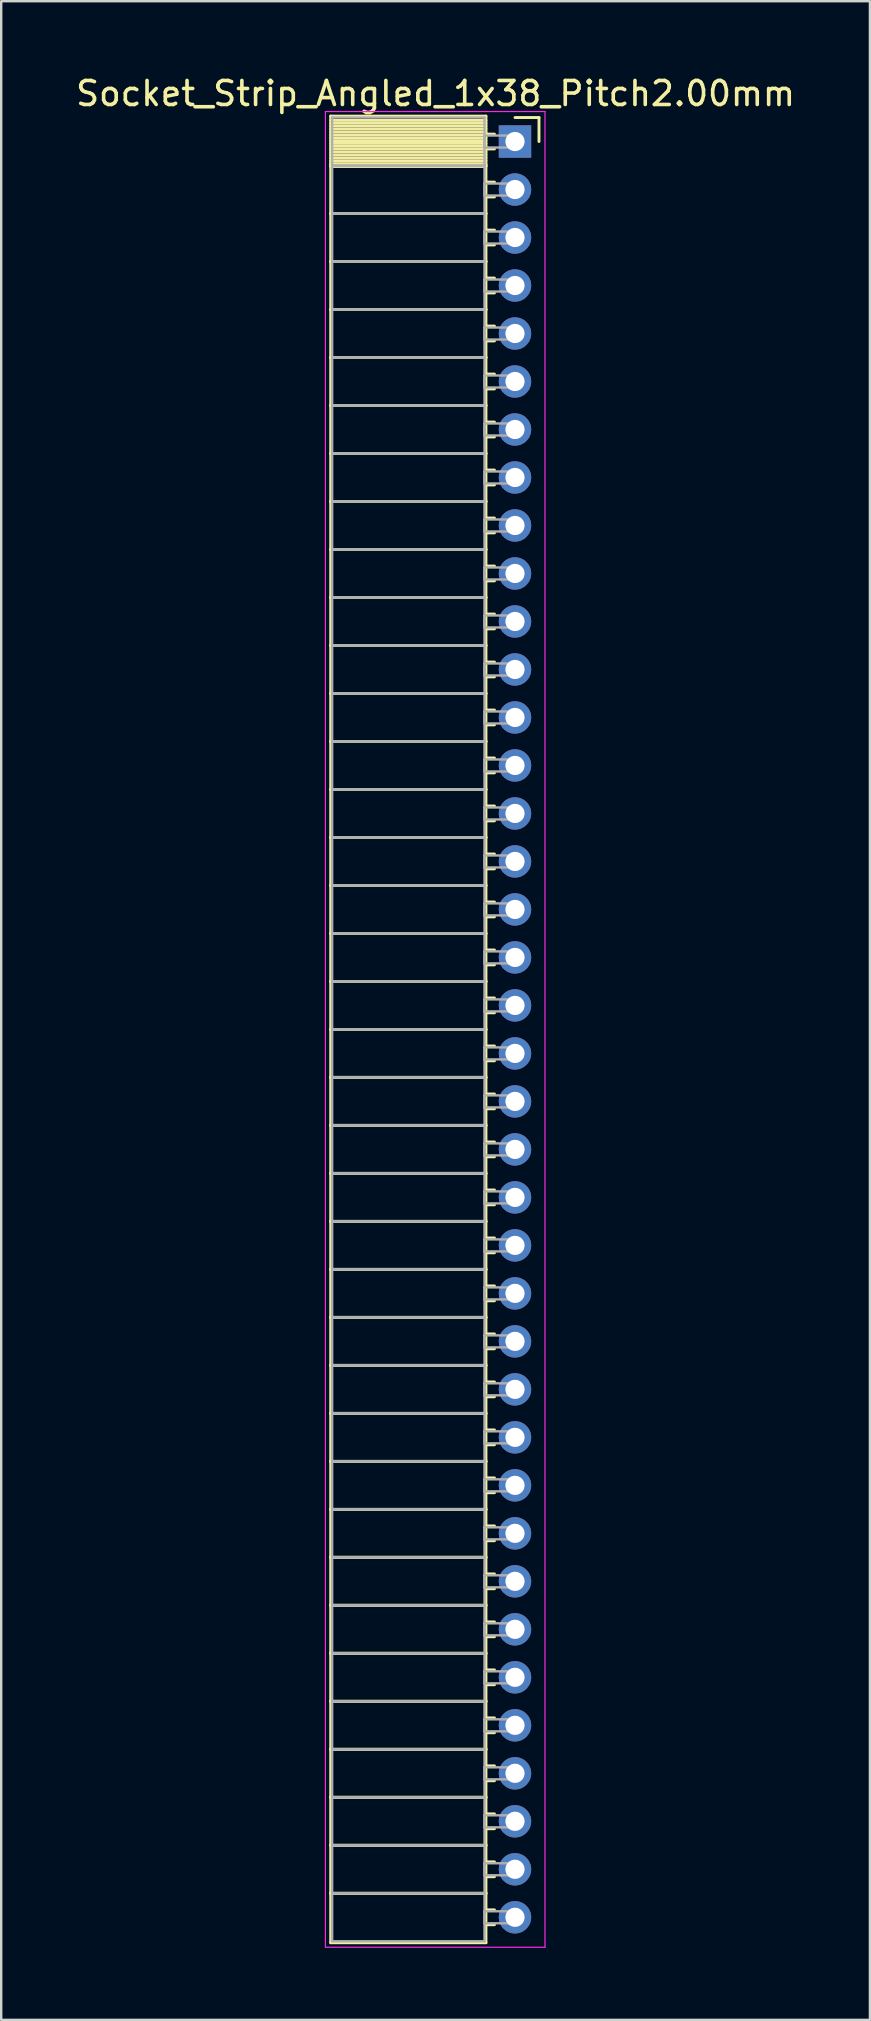
<source format=kicad_pcb>
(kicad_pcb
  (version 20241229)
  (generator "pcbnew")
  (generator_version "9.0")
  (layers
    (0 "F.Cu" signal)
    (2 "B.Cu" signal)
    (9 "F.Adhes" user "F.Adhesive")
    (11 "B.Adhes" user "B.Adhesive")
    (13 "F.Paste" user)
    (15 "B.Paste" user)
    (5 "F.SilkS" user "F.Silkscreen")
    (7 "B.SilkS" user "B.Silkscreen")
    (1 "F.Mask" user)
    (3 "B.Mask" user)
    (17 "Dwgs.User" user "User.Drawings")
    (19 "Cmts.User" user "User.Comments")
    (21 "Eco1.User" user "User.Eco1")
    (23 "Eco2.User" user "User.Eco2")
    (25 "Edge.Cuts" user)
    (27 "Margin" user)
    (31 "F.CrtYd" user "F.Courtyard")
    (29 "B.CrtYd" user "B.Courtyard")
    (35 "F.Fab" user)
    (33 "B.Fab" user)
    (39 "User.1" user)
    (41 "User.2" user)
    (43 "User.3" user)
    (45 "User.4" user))
  (footprint "Socket_Strip_Angled_1x38_Pitch2.00mm"
    (layer "F.Cu")
    (at 18.411 2.848)
    (property "Reference" "Socket_Strip_Angled_1x38_Pitch2.00mm" (at -3.31 -2 0) (layer "F.SilkS") (effects (font (size 1 1) (thickness 0.15))))
    (attr through_hole)
    (fp_line (start -7.68 -1.06) (end -1.21 -1.06) (stroke (width 0.12) (type solid)) (layer "F.SilkS"))
    (fp_line (start -7.68 1) (end -7.68 -1.06) (stroke (width 0.12) (type solid)) (layer "F.SilkS"))
    (fp_line (start -7.68 1) (end -1.21 1) (stroke (width 0.12) (type solid)) (layer "F.SilkS"))
    (fp_line (start -7.68 3) (end -7.68 1) (stroke (width 0.12) (type solid)) (layer "F.SilkS"))
    (fp_line (start -7.68 3) (end -1.21 3) (stroke (width 0.12) (type solid)) (layer "F.SilkS"))
    (fp_line (start -7.68 5) (end -7.68 3) (stroke (width 0.12) (type solid)) (layer "F.SilkS"))
    (fp_line (start -7.68 5) (end -1.21 5) (stroke (width 0.12) (type solid)) (layer "F.SilkS"))
    (fp_line (start -7.68 7) (end -7.68 5) (stroke (width 0.12) (type solid)) (layer "F.SilkS"))
    (fp_line (start -7.68 7) (end -1.21 7) (stroke (width 0.12) (type solid)) (layer "F.SilkS"))
    (fp_line (start -7.68 9) (end -7.68 7) (stroke (width 0.12) (type solid)) (layer "F.SilkS"))
    (fp_line (start -7.68 9) (end -1.21 9) (stroke (width 0.12) (type solid)) (layer "F.SilkS"))
    (fp_line (start -7.68 11) (end -7.68 9) (stroke (width 0.12) (type solid)) (layer "F.SilkS"))
    (fp_line (start -7.68 11) (end -1.21 11) (stroke (width 0.12) (type solid)) (layer "F.SilkS"))
    (fp_line (start -7.68 13) (end -7.68 11) (stroke (width 0.12) (type solid)) (layer "F.SilkS"))
    (fp_line (start -7.68 13) (end -1.21 13) (stroke (width 0.12) (type solid)) (layer "F.SilkS"))
    (fp_line (start -7.68 15) (end -7.68 13) (stroke (width 0.12) (type solid)) (layer "F.SilkS"))
    (fp_line (start -7.68 15) (end -1.21 15) (stroke (width 0.12) (type solid)) (layer "F.SilkS"))
    (fp_line (start -7.68 17) (end -7.68 15) (stroke (width 0.12) (type solid)) (layer "F.SilkS"))
    (fp_line (start -7.68 17) (end -1.21 17) (stroke (width 0.12) (type solid)) (layer "F.SilkS"))
    (fp_line (start -7.68 19) (end -7.68 17) (stroke (width 0.12) (type solid)) (layer "F.SilkS"))
    (fp_line (start -7.68 19) (end -1.21 19) (stroke (width 0.12) (type solid)) (layer "F.SilkS"))
    (fp_line (start -7.68 21) (end -7.68 19) (stroke (width 0.12) (type solid)) (layer "F.SilkS"))
    (fp_line (start -7.68 21) (end -1.21 21) (stroke (width 0.12) (type solid)) (layer "F.SilkS"))
    (fp_line (start -7.68 23) (end -7.68 21) (stroke (width 0.12) (type solid)) (layer "F.SilkS"))
    (fp_line (start -7.68 23) (end -1.21 23) (stroke (width 0.12) (type solid)) (layer "F.SilkS"))
    (fp_line (start -7.68 25) (end -7.68 23) (stroke (width 0.12) (type solid)) (layer "F.SilkS"))
    (fp_line (start -7.68 25) (end -1.21 25) (stroke (width 0.12) (type solid)) (layer "F.SilkS"))
    (fp_line (start -7.68 27) (end -7.68 25) (stroke (width 0.12) (type solid)) (layer "F.SilkS"))
    (fp_line (start -7.68 27) (end -1.21 27) (stroke (width 0.12) (type solid)) (layer "F.SilkS"))
    (fp_line (start -7.68 29) (end -7.68 27) (stroke (width 0.12) (type solid)) (layer "F.SilkS"))
    (fp_line (start -7.68 29) (end -1.21 29) (stroke (width 0.12) (type solid)) (layer "F.SilkS"))
    (fp_line (start -7.68 31) (end -7.68 29) (stroke (width 0.12) (type solid)) (layer "F.SilkS"))
    (fp_line (start -7.68 31) (end -1.21 31) (stroke (width 0.12) (type solid)) (layer "F.SilkS"))
    (fp_line (start -7.68 33) (end -7.68 31) (stroke (width 0.12) (type solid)) (layer "F.SilkS"))
    (fp_line (start -7.68 33) (end -1.21 33) (stroke (width 0.12) (type solid)) (layer "F.SilkS"))
    (fp_line (start -7.68 35) (end -7.68 33) (stroke (width 0.12) (type solid)) (layer "F.SilkS"))
    (fp_line (start -7.68 35) (end -1.21 35) (stroke (width 0.12) (type solid)) (layer "F.SilkS"))
    (fp_line (start -7.68 37) (end -7.68 35) (stroke (width 0.12) (type solid)) (layer "F.SilkS"))
    (fp_line (start -7.68 37) (end -1.21 37) (stroke (width 0.12) (type solid)) (layer "F.SilkS"))
    (fp_line (start -7.68 39) (end -7.68 37) (stroke (width 0.12) (type solid)) (layer "F.SilkS"))
    (fp_line (start -7.68 39) (end -1.21 39) (stroke (width 0.12) (type solid)) (layer "F.SilkS"))
    (fp_line (start -7.68 41) (end -7.68 39) (stroke (width 0.12) (type solid)) (layer "F.SilkS"))
    (fp_line (start -7.68 41) (end -1.21 41) (stroke (width 0.12) (type solid)) (layer "F.SilkS"))
    (fp_line (start -7.68 43) (end -7.68 41) (stroke (width 0.12) (type solid)) (layer "F.SilkS"))
    (fp_line (start -7.68 43) (end -1.21 43) (stroke (width 0.12) (type solid)) (layer "F.SilkS"))
    (fp_line (start -7.68 45) (end -7.68 43) (stroke (width 0.12) (type solid)) (layer "F.SilkS"))
    (fp_line (start -7.68 45) (end -1.21 45) (stroke (width 0.12) (type solid)) (layer "F.SilkS"))
    (fp_line (start -7.68 47) (end -7.68 45) (stroke (width 0.12) (type solid)) (layer "F.SilkS"))
    (fp_line (start -7.68 47) (end -1.21 47) (stroke (width 0.12) (type solid)) (layer "F.SilkS"))
    (fp_line (start -7.68 49) (end -7.68 47) (stroke (width 0.12) (type solid)) (layer "F.SilkS"))
    (fp_line (start -7.68 49) (end -1.21 49) (stroke (width 0.12) (type solid)) (layer "F.SilkS"))
    (fp_line (start -7.68 51) (end -7.68 49) (stroke (width 0.12) (type solid)) (layer "F.SilkS"))
    (fp_line (start -7.68 51) (end -1.21 51) (stroke (width 0.12) (type solid)) (layer "F.SilkS"))
    (fp_line (start -7.68 53) (end -7.68 51) (stroke (width 0.12) (type solid)) (layer "F.SilkS"))
    (fp_line (start -7.68 53) (end -1.21 53) (stroke (width 0.12) (type solid)) (layer "F.SilkS"))
    (fp_line (start -7.68 55) (end -7.68 53) (stroke (width 0.12) (type solid)) (layer "F.SilkS"))
    (fp_line (start -7.68 55) (end -1.21 55) (stroke (width 0.12) (type solid)) (layer "F.SilkS"))
    (fp_line (start -7.68 57) (end -7.68 55) (stroke (width 0.12) (type solid)) (layer "F.SilkS"))
    (fp_line (start -7.68 57) (end -1.21 57) (stroke (width 0.12) (type solid)) (layer "F.SilkS"))
    (fp_line (start -7.68 59) (end -7.68 57) (stroke (width 0.12) (type solid)) (layer "F.SilkS"))
    (fp_line (start -7.68 59) (end -1.21 59) (stroke (width 0.12) (type solid)) (layer "F.SilkS"))
    (fp_line (start -7.68 61) (end -7.68 59) (stroke (width 0.12) (type solid)) (layer "F.SilkS"))
    (fp_line (start -7.68 61) (end -1.21 61) (stroke (width 0.12) (type solid)) (layer "F.SilkS"))
    (fp_line (start -7.68 63) (end -7.68 61) (stroke (width 0.12) (type solid)) (layer "F.SilkS"))
    (fp_line (start -7.68 63) (end -1.21 63) (stroke (width 0.12) (type solid)) (layer "F.SilkS"))
    (fp_line (start -7.68 65) (end -7.68 63) (stroke (width 0.12) (type solid)) (layer "F.SilkS"))
    (fp_line (start -7.68 65) (end -1.21 65) (stroke (width 0.12) (type solid)) (layer "F.SilkS"))
    (fp_line (start -7.68 67) (end -7.68 65) (stroke (width 0.12) (type solid)) (layer "F.SilkS"))
    (fp_line (start -7.68 67) (end -1.21 67) (stroke (width 0.12) (type solid)) (layer "F.SilkS"))
    (fp_line (start -7.68 69) (end -7.68 67) (stroke (width 0.12) (type solid)) (layer "F.SilkS"))
    (fp_line (start -7.68 69) (end -1.21 69) (stroke (width 0.12) (type solid)) (layer "F.SilkS"))
    (fp_line (start -7.68 71) (end -7.68 69) (stroke (width 0.12) (type solid)) (layer "F.SilkS"))
    (fp_line (start -7.68 71) (end -1.21 71) (stroke (width 0.12) (type solid)) (layer "F.SilkS"))
    (fp_line (start -7.68 73) (end -7.68 71) (stroke (width 0.12) (type solid)) (layer "F.SilkS"))
    (fp_line (start -7.68 73) (end -1.21 73) (stroke (width 0.12) (type solid)) (layer "F.SilkS"))
    (fp_line (start -7.68 75.06) (end -7.68 73) (stroke (width 0.12) (type solid)) (layer "F.SilkS"))
    (fp_line (start -1.21 -1.06) (end -1.21 1) (stroke (width 0.12) (type solid)) (layer "F.SilkS"))
    (fp_line (start -1.21 -0.88) (end -7.68 -0.88) (stroke (width 0.12) (type solid)) (layer "F.SilkS"))
    (fp_line (start -1.21 -0.76) (end -7.68 -0.76) (stroke (width 0.12) (type solid)) (layer "F.SilkS"))
    (fp_line (start -1.21 -0.64) (end -7.68 -0.64) (stroke (width 0.12) (type solid)) (layer "F.SilkS"))
    (fp_line (start -1.21 -0.52) (end -7.68 -0.52) (stroke (width 0.12) (type solid)) (layer "F.SilkS"))
    (fp_line (start -1.21 -0.4) (end -7.68 -0.4) (stroke (width 0.12) (type solid)) (layer "F.SilkS"))
    (fp_line (start -1.21 -0.28) (end -7.68 -0.28) (stroke (width 0.12) (type solid)) (layer "F.SilkS"))
    (fp_line (start -1.21 -0.16) (end -7.68 -0.16) (stroke (width 0.12) (type solid)) (layer "F.SilkS"))
    (fp_line (start -1.21 -0.04) (end -7.68 -0.04) (stroke (width 0.12) (type solid)) (layer "F.SilkS"))
    (fp_line (start -1.21 0.08) (end -7.68 0.08) (stroke (width 0.12) (type solid)) (layer "F.SilkS"))
    (fp_line (start -1.21 0.2) (end -7.68 0.2) (stroke (width 0.12) (type solid)) (layer "F.SilkS"))
    (fp_line (start -1.21 0.32) (end -7.68 0.32) (stroke (width 0.12) (type solid)) (layer "F.SilkS"))
    (fp_line (start -1.21 0.44) (end -7.68 0.44) (stroke (width 0.12) (type solid)) (layer "F.SilkS"))
    (fp_line (start -1.21 0.56) (end -7.68 0.56) (stroke (width 0.12) (type solid)) (layer "F.SilkS"))
    (fp_line (start -1.21 0.68) (end -7.68 0.68) (stroke (width 0.12) (type solid)) (layer "F.SilkS"))
    (fp_line (start -1.21 0.8) (end -7.68 0.8) (stroke (width 0.12) (type solid)) (layer "F.SilkS"))
    (fp_line (start -1.21 0.92) (end -7.68 0.92) (stroke (width 0.12) (type solid)) (layer "F.SilkS"))
    (fp_line (start -1.21 1) (end -7.68 1) (stroke (width 0.12) (type solid)) (layer "F.SilkS"))
    (fp_line (start -1.21 1) (end -1.21 3) (stroke (width 0.12) (type solid)) (layer "F.SilkS"))
    (fp_line (start -1.21 1.04) (end -7.68 1.04) (stroke (width 0.12) (type solid)) (layer "F.SilkS"))
    (fp_line (start -1.21 3) (end -7.68 3) (stroke (width 0.12) (type solid)) (layer "F.SilkS"))
    (fp_line (start -1.21 3) (end -1.21 5) (stroke (width 0.12) (type solid)) (layer "F.SilkS"))
    (fp_line (start -1.21 5) (end -7.68 5) (stroke (width 0.12) (type solid)) (layer "F.SilkS"))
    (fp_line (start -1.21 5) (end -1.21 7) (stroke (width 0.12) (type solid)) (layer "F.SilkS"))
    (fp_line (start -1.21 7) (end -7.68 7) (stroke (width 0.12) (type solid)) (layer "F.SilkS"))
    (fp_line (start -1.21 7) (end -1.21 9) (stroke (width 0.12) (type solid)) (layer "F.SilkS"))
    (fp_line (start -1.21 9) (end -7.68 9) (stroke (width 0.12) (type solid)) (layer "F.SilkS"))
    (fp_line (start -1.21 9) (end -1.21 11) (stroke (width 0.12) (type solid)) (layer "F.SilkS"))
    (fp_line (start -1.21 11) (end -7.68 11) (stroke (width 0.12) (type solid)) (layer "F.SilkS"))
    (fp_line (start -1.21 11) (end -1.21 13) (stroke (width 0.12) (type solid)) (layer "F.SilkS"))
    (fp_line (start -1.21 13) (end -7.68 13) (stroke (width 0.12) (type solid)) (layer "F.SilkS"))
    (fp_line (start -1.21 13) (end -1.21 15) (stroke (width 0.12) (type solid)) (layer "F.SilkS"))
    (fp_line (start -1.21 15) (end -7.68 15) (stroke (width 0.12) (type solid)) (layer "F.SilkS"))
    (fp_line (start -1.21 15) (end -1.21 17) (stroke (width 0.12) (type solid)) (layer "F.SilkS"))
    (fp_line (start -1.21 17) (end -7.68 17) (stroke (width 0.12) (type solid)) (layer "F.SilkS"))
    (fp_line (start -1.21 17) (end -1.21 19) (stroke (width 0.12) (type solid)) (layer "F.SilkS"))
    (fp_line (start -1.21 19) (end -7.68 19) (stroke (width 0.12) (type solid)) (layer "F.SilkS"))
    (fp_line (start -1.21 19) (end -1.21 21) (stroke (width 0.12) (type solid)) (layer "F.SilkS"))
    (fp_line (start -1.21 21) (end -7.68 21) (stroke (width 0.12) (type solid)) (layer "F.SilkS"))
    (fp_line (start -1.21 21) (end -1.21 23) (stroke (width 0.12) (type solid)) (layer "F.SilkS"))
    (fp_line (start -1.21 23) (end -7.68 23) (stroke (width 0.12) (type solid)) (layer "F.SilkS"))
    (fp_line (start -1.21 23) (end -1.21 25) (stroke (width 0.12) (type solid)) (layer "F.SilkS"))
    (fp_line (start -1.21 25) (end -7.68 25) (stroke (width 0.12) (type solid)) (layer "F.SilkS"))
    (fp_line (start -1.21 25) (end -1.21 27) (stroke (width 0.12) (type solid)) (layer "F.SilkS"))
    (fp_line (start -1.21 27) (end -7.68 27) (stroke (width 0.12) (type solid)) (layer "F.SilkS"))
    (fp_line (start -1.21 27) (end -1.21 29) (stroke (width 0.12) (type solid)) (layer "F.SilkS"))
    (fp_line (start -1.21 29) (end -7.68 29) (stroke (width 0.12) (type solid)) (layer "F.SilkS"))
    (fp_line (start -1.21 29) (end -1.21 31) (stroke (width 0.12) (type solid)) (layer "F.SilkS"))
    (fp_line (start -1.21 31) (end -7.68 31) (stroke (width 0.12) (type solid)) (layer "F.SilkS"))
    (fp_line (start -1.21 31) (end -1.21 33) (stroke (width 0.12) (type solid)) (layer "F.SilkS"))
    (fp_line (start -1.21 33) (end -7.68 33) (stroke (width 0.12) (type solid)) (layer "F.SilkS"))
    (fp_line (start -1.21 33) (end -1.21 35) (stroke (width 0.12) (type solid)) (layer "F.SilkS"))
    (fp_line (start -1.21 35) (end -7.68 35) (stroke (width 0.12) (type solid)) (layer "F.SilkS"))
    (fp_line (start -1.21 35) (end -1.21 37) (stroke (width 0.12) (type solid)) (layer "F.SilkS"))
    (fp_line (start -1.21 37) (end -7.68 37) (stroke (width 0.12) (type solid)) (layer "F.SilkS"))
    (fp_line (start -1.21 37) (end -1.21 39) (stroke (width 0.12) (type solid)) (layer "F.SilkS"))
    (fp_line (start -1.21 39) (end -7.68 39) (stroke (width 0.12) (type solid)) (layer "F.SilkS"))
    (fp_line (start -1.21 39) (end -1.21 41) (stroke (width 0.12) (type solid)) (layer "F.SilkS"))
    (fp_line (start -1.21 41) (end -7.68 41) (stroke (width 0.12) (type solid)) (layer "F.SilkS"))
    (fp_line (start -1.21 41) (end -1.21 43) (stroke (width 0.12) (type solid)) (layer "F.SilkS"))
    (fp_line (start -1.21 43) (end -7.68 43) (stroke (width 0.12) (type solid)) (layer "F.SilkS"))
    (fp_line (start -1.21 43) (end -1.21 45) (stroke (width 0.12) (type solid)) (layer "F.SilkS"))
    (fp_line (start -1.21 45) (end -7.68 45) (stroke (width 0.12) (type solid)) (layer "F.SilkS"))
    (fp_line (start -1.21 45) (end -1.21 47) (stroke (width 0.12) (type solid)) (layer "F.SilkS"))
    (fp_line (start -1.21 47) (end -7.68 47) (stroke (width 0.12) (type solid)) (layer "F.SilkS"))
    (fp_line (start -1.21 47) (end -1.21 49) (stroke (width 0.12) (type solid)) (layer "F.SilkS"))
    (fp_line (start -1.21 49) (end -7.68 49) (stroke (width 0.12) (type solid)) (layer "F.SilkS"))
    (fp_line (start -1.21 49) (end -1.21 51) (stroke (width 0.12) (type solid)) (layer "F.SilkS"))
    (fp_line (start -1.21 51) (end -7.68 51) (stroke (width 0.12) (type solid)) (layer "F.SilkS"))
    (fp_line (start -1.21 51) (end -1.21 53) (stroke (width 0.12) (type solid)) (layer "F.SilkS"))
    (fp_line (start -1.21 53) (end -7.68 53) (stroke (width 0.12) (type solid)) (layer "F.SilkS"))
    (fp_line (start -1.21 53) (end -1.21 55) (stroke (width 0.12) (type solid)) (layer "F.SilkS"))
    (fp_line (start -1.21 55) (end -7.68 55) (stroke (width 0.12) (type solid)) (layer "F.SilkS"))
    (fp_line (start -1.21 55) (end -1.21 57) (stroke (width 0.12) (type solid)) (layer "F.SilkS"))
    (fp_line (start -1.21 57) (end -7.68 57) (stroke (width 0.12) (type solid)) (layer "F.SilkS"))
    (fp_line (start -1.21 57) (end -1.21 59) (stroke (width 0.12) (type solid)) (layer "F.SilkS"))
    (fp_line (start -1.21 59) (end -7.68 59) (stroke (width 0.12) (type solid)) (layer "F.SilkS"))
    (fp_line (start -1.21 59) (end -1.21 61) (stroke (width 0.12) (type solid)) (layer "F.SilkS"))
    (fp_line (start -1.21 61) (end -7.68 61) (stroke (width 0.12) (type solid)) (layer "F.SilkS"))
    (fp_line (start -1.21 61) (end -1.21 63) (stroke (width 0.12) (type solid)) (layer "F.SilkS"))
    (fp_line (start -1.21 63) (end -7.68 63) (stroke (width 0.12) (type solid)) (layer "F.SilkS"))
    (fp_line (start -1.21 63) (end -1.21 65) (stroke (width 0.12) (type solid)) (layer "F.SilkS"))
    (fp_line (start -1.21 65) (end -7.68 65) (stroke (width 0.12) (type solid)) (layer "F.SilkS"))
    (fp_line (start -1.21 65) (end -1.21 67) (stroke (width 0.12) (type solid)) (layer "F.SilkS"))
    (fp_line (start -1.21 67) (end -7.68 67) (stroke (width 0.12) (type solid)) (layer "F.SilkS"))
    (fp_line (start -1.21 67) (end -1.21 69) (stroke (width 0.12) (type solid)) (layer "F.SilkS"))
    (fp_line (start -1.21 69) (end -7.68 69) (stroke (width 0.12) (type solid)) (layer "F.SilkS"))
    (fp_line (start -1.21 69) (end -1.21 71) (stroke (width 0.12) (type solid)) (layer "F.SilkS"))
    (fp_line (start -1.21 71) (end -7.68 71) (stroke (width 0.12) (type solid)) (layer "F.SilkS"))
    (fp_line (start -1.21 71) (end -1.21 73) (stroke (width 0.12) (type solid)) (layer "F.SilkS"))
    (fp_line (start -1.21 73) (end -7.68 73) (stroke (width 0.12) (type solid)) (layer "F.SilkS"))
    (fp_line (start -1.21 73) (end -1.21 75.06) (stroke (width 0.12) (type solid)) (layer "F.SilkS"))
    (fp_line (start -1.21 75.06) (end -7.68 75.06) (stroke (width 0.12) (type solid)) (layer "F.SilkS"))
    (fp_line (start -0.855 -0.31) (end -1.21 -0.31) (stroke (width 0.12) (type solid)) (layer "F.SilkS"))
    (fp_line (start -0.855 0.31) (end -1.21 0.31) (stroke (width 0.12) (type solid)) (layer "F.SilkS"))
    (fp_line (start -0.855 1.69) (end -1.21 1.69) (stroke (width 0.12) (type solid)) (layer "F.SilkS"))
    (fp_line (start -0.855 2.31) (end -1.21 2.31) (stroke (width 0.12) (type solid)) (layer "F.SilkS"))
    (fp_line (start -0.855 3.69) (end -1.21 3.69) (stroke (width 0.12) (type solid)) (layer "F.SilkS"))
    (fp_line (start -0.855 4.31) (end -1.21 4.31) (stroke (width 0.12) (type solid)) (layer "F.SilkS"))
    (fp_line (start -0.855 5.69) (end -1.21 5.69) (stroke (width 0.12) (type solid)) (layer "F.SilkS"))
    (fp_line (start -0.855 6.31) (end -1.21 6.31) (stroke (width 0.12) (type solid)) (layer "F.SilkS"))
    (fp_line (start -0.855 7.69) (end -1.21 7.69) (stroke (width 0.12) (type solid)) (layer "F.SilkS"))
    (fp_line (start -0.855 8.31) (end -1.21 8.31) (stroke (width 0.12) (type solid)) (layer "F.SilkS"))
    (fp_line (start -0.855 9.69) (end -1.21 9.69) (stroke (width 0.12) (type solid)) (layer "F.SilkS"))
    (fp_line (start -0.855 10.31) (end -1.21 10.31) (stroke (width 0.12) (type solid)) (layer "F.SilkS"))
    (fp_line (start -0.855 11.69) (end -1.21 11.69) (stroke (width 0.12) (type solid)) (layer "F.SilkS"))
    (fp_line (start -0.855 12.31) (end -1.21 12.31) (stroke (width 0.12) (type solid)) (layer "F.SilkS"))
    (fp_line (start -0.855 13.69) (end -1.21 13.69) (stroke (width 0.12) (type solid)) (layer "F.SilkS"))
    (fp_line (start -0.855 14.31) (end -1.21 14.31) (stroke (width 0.12) (type solid)) (layer "F.SilkS"))
    (fp_line (start -0.855 15.69) (end -1.21 15.69) (stroke (width 0.12) (type solid)) (layer "F.SilkS"))
    (fp_line (start -0.855 16.31) (end -1.21 16.31) (stroke (width 0.12) (type solid)) (layer "F.SilkS"))
    (fp_line (start -0.855 17.69) (end -1.21 17.69) (stroke (width 0.12) (type solid)) (layer "F.SilkS"))
    (fp_line (start -0.855 18.31) (end -1.21 18.31) (stroke (width 0.12) (type solid)) (layer "F.SilkS"))
    (fp_line (start -0.855 19.69) (end -1.21 19.69) (stroke (width 0.12) (type solid)) (layer "F.SilkS"))
    (fp_line (start -0.855 20.31) (end -1.21 20.31) (stroke (width 0.12) (type solid)) (layer "F.SilkS"))
    (fp_line (start -0.855 21.69) (end -1.21 21.69) (stroke (width 0.12) (type solid)) (layer "F.SilkS"))
    (fp_line (start -0.855 22.31) (end -1.21 22.31) (stroke (width 0.12) (type solid)) (layer "F.SilkS"))
    (fp_line (start -0.855 23.69) (end -1.21 23.69) (stroke (width 0.12) (type solid)) (layer "F.SilkS"))
    (fp_line (start -0.855 24.31) (end -1.21 24.31) (stroke (width 0.12) (type solid)) (layer "F.SilkS"))
    (fp_line (start -0.855 25.69) (end -1.21 25.69) (stroke (width 0.12) (type solid)) (layer "F.SilkS"))
    (fp_line (start -0.855 26.31) (end -1.21 26.31) (stroke (width 0.12) (type solid)) (layer "F.SilkS"))
    (fp_line (start -0.855 27.69) (end -1.21 27.69) (stroke (width 0.12) (type solid)) (layer "F.SilkS"))
    (fp_line (start -0.855 28.31) (end -1.21 28.31) (stroke (width 0.12) (type solid)) (layer "F.SilkS"))
    (fp_line (start -0.855 29.69) (end -1.21 29.69) (stroke (width 0.12) (type solid)) (layer "F.SilkS"))
    (fp_line (start -0.855 30.31) (end -1.21 30.31) (stroke (width 0.12) (type solid)) (layer "F.SilkS"))
    (fp_line (start -0.855 31.69) (end -1.21 31.69) (stroke (width 0.12) (type solid)) (layer "F.SilkS"))
    (fp_line (start -0.855 32.31) (end -1.21 32.31) (stroke (width 0.12) (type solid)) (layer "F.SilkS"))
    (fp_line (start -0.855 33.69) (end -1.21 33.69) (stroke (width 0.12) (type solid)) (layer "F.SilkS"))
    (fp_line (start -0.855 34.31) (end -1.21 34.31) (stroke (width 0.12) (type solid)) (layer "F.SilkS"))
    (fp_line (start -0.855 35.69) (end -1.21 35.69) (stroke (width 0.12) (type solid)) (layer "F.SilkS"))
    (fp_line (start -0.855 36.31) (end -1.21 36.31) (stroke (width 0.12) (type solid)) (layer "F.SilkS"))
    (fp_line (start -0.855 37.69) (end -1.21 37.69) (stroke (width 0.12) (type solid)) (layer "F.SilkS"))
    (fp_line (start -0.855 38.31) (end -1.21 38.31) (stroke (width 0.12) (type solid)) (layer "F.SilkS"))
    (fp_line (start -0.855 39.69) (end -1.21 39.69) (stroke (width 0.12) (type solid)) (layer "F.SilkS"))
    (fp_line (start -0.855 40.31) (end -1.21 40.31) (stroke (width 0.12) (type solid)) (layer "F.SilkS"))
    (fp_line (start -0.855 41.69) (end -1.21 41.69) (stroke (width 0.12) (type solid)) (layer "F.SilkS"))
    (fp_line (start -0.855 42.31) (end -1.21 42.31) (stroke (width 0.12) (type solid)) (layer "F.SilkS"))
    (fp_line (start -0.855 43.69) (end -1.21 43.69) (stroke (width 0.12) (type solid)) (layer "F.SilkS"))
    (fp_line (start -0.855 44.31) (end -1.21 44.31) (stroke (width 0.12) (type solid)) (layer "F.SilkS"))
    (fp_line (start -0.855 45.69) (end -1.21 45.69) (stroke (width 0.12) (type solid)) (layer "F.SilkS"))
    (fp_line (start -0.855 46.31) (end -1.21 46.31) (stroke (width 0.12) (type solid)) (layer "F.SilkS"))
    (fp_line (start -0.855 47.69) (end -1.21 47.69) (stroke (width 0.12) (type solid)) (layer "F.SilkS"))
    (fp_line (start -0.855 48.31) (end -1.21 48.31) (stroke (width 0.12) (type solid)) (layer "F.SilkS"))
    (fp_line (start -0.855 49.69) (end -1.21 49.69) (stroke (width 0.12) (type solid)) (layer "F.SilkS"))
    (fp_line (start -0.855 50.31) (end -1.21 50.31) (stroke (width 0.12) (type solid)) (layer "F.SilkS"))
    (fp_line (start -0.855 51.69) (end -1.21 51.69) (stroke (width 0.12) (type solid)) (layer "F.SilkS"))
    (fp_line (start -0.855 52.31) (end -1.21 52.31) (stroke (width 0.12) (type solid)) (layer "F.SilkS"))
    (fp_line (start -0.855 53.69) (end -1.21 53.69) (stroke (width 0.12) (type solid)) (layer "F.SilkS"))
    (fp_line (start -0.855 54.31) (end -1.21 54.31) (stroke (width 0.12) (type solid)) (layer "F.SilkS"))
    (fp_line (start -0.855 55.69) (end -1.21 55.69) (stroke (width 0.12) (type solid)) (layer "F.SilkS"))
    (fp_line (start -0.855 56.31) (end -1.21 56.31) (stroke (width 0.12) (type solid)) (layer "F.SilkS"))
    (fp_line (start -0.855 57.69) (end -1.21 57.69) (stroke (width 0.12) (type solid)) (layer "F.SilkS"))
    (fp_line (start -0.855 58.31) (end -1.21 58.31) (stroke (width 0.12) (type solid)) (layer "F.SilkS"))
    (fp_line (start -0.855 59.69) (end -1.21 59.69) (stroke (width 0.12) (type solid)) (layer "F.SilkS"))
    (fp_line (start -0.855 60.31) (end -1.21 60.31) (stroke (width 0.12) (type solid)) (layer "F.SilkS"))
    (fp_line (start -0.855 61.69) (end -1.21 61.69) (stroke (width 0.12) (type solid)) (layer "F.SilkS"))
    (fp_line (start -0.855 62.31) (end -1.21 62.31) (stroke (width 0.12) (type solid)) (layer "F.SilkS"))
    (fp_line (start -0.855 63.69) (end -1.21 63.69) (stroke (width 0.12) (type solid)) (layer "F.SilkS"))
    (fp_line (start -0.855 64.31) (end -1.21 64.31) (stroke (width 0.12) (type solid)) (layer "F.SilkS"))
    (fp_line (start -0.855 65.69) (end -1.21 65.69) (stroke (width 0.12) (type solid)) (layer "F.SilkS"))
    (fp_line (start -0.855 66.31) (end -1.21 66.31) (stroke (width 0.12) (type solid)) (layer "F.SilkS"))
    (fp_line (start -0.855 67.69) (end -1.21 67.69) (stroke (width 0.12) (type solid)) (layer "F.SilkS"))
    (fp_line (start -0.855 68.31) (end -1.21 68.31) (stroke (width 0.12) (type solid)) (layer "F.SilkS"))
    (fp_line (start -0.855 69.69) (end -1.21 69.69) (stroke (width 0.12) (type solid)) (layer "F.SilkS"))
    (fp_line (start -0.855 70.31) (end -1.21 70.31) (stroke (width 0.12) (type solid)) (layer "F.SilkS"))
    (fp_line (start -0.855 71.69) (end -1.21 71.69) (stroke (width 0.12) (type solid)) (layer "F.SilkS"))
    (fp_line (start -0.855 72.31) (end -1.21 72.31) (stroke (width 0.12) (type solid)) (layer "F.SilkS"))
    (fp_line (start -0.855 73.69) (end -1.21 73.69) (stroke (width 0.12) (type solid)) (layer "F.SilkS"))
    (fp_line (start -0.855 74.31) (end -1.21 74.31) (stroke (width 0.12) (type solid)) (layer "F.SilkS"))
    (fp_line (start 0 -1) (end 1 -1) (stroke (width 0.12) (type solid)) (layer "F.SilkS"))
    (fp_line (start 1 -1) (end 1 0) (stroke (width 0.12) (type solid)) (layer "F.SilkS"))
    (fp_line (start -7.9 -1.25) (end 1.25 -1.25) (stroke (width 0.05) (type solid)) (layer "F.CrtYd"))
    (fp_line (start -7.9 75.25) (end -7.9 -1.25) (stroke (width 0.05) (type solid)) (layer "F.CrtYd"))
    (fp_line (start 1.25 -1.25) (end 1.25 75.25) (stroke (width 0.05) (type solid)) (layer "F.CrtYd"))
    (fp_line (start 1.25 75.25) (end -7.9 75.25) (stroke (width 0.05) (type solid)) (layer "F.CrtYd"))
    (fp_line (start -7.62 -1) (end -1.27 -1) (stroke (width 0.1) (type solid)) (layer "F.Fab"))
    (fp_line (start -7.62 1) (end -7.62 -1) (stroke (width 0.1) (type solid)) (layer "F.Fab"))
    (fp_line (start -7.62 1) (end -1.27 1) (stroke (width 0.1) (type solid)) (layer "F.Fab"))
    (fp_line (start -7.62 3) (end -7.62 1) (stroke (width 0.1) (type solid)) (layer "F.Fab"))
    (fp_line (start -7.62 3) (end -1.27 3) (stroke (width 0.1) (type solid)) (layer "F.Fab"))
    (fp_line (start -7.62 5) (end -7.62 3) (stroke (width 0.1) (type solid)) (layer "F.Fab"))
    (fp_line (start -7.62 5) (end -1.27 5) (stroke (width 0.1) (type solid)) (layer "F.Fab"))
    (fp_line (start -7.62 7) (end -7.62 5) (stroke (width 0.1) (type solid)) (layer "F.Fab"))
    (fp_line (start -7.62 7) (end -1.27 7) (stroke (width 0.1) (type solid)) (layer "F.Fab"))
    (fp_line (start -7.62 9) (end -7.62 7) (stroke (width 0.1) (type solid)) (layer "F.Fab"))
    (fp_line (start -7.62 9) (end -1.27 9) (stroke (width 0.1) (type solid)) (layer "F.Fab"))
    (fp_line (start -7.62 11) (end -7.62 9) (stroke (width 0.1) (type solid)) (layer "F.Fab"))
    (fp_line (start -7.62 11) (end -1.27 11) (stroke (width 0.1) (type solid)) (layer "F.Fab"))
    (fp_line (start -7.62 13) (end -7.62 11) (stroke (width 0.1) (type solid)) (layer "F.Fab"))
    (fp_line (start -7.62 13) (end -1.27 13) (stroke (width 0.1) (type solid)) (layer "F.Fab"))
    (fp_line (start -7.62 15) (end -7.62 13) (stroke (width 0.1) (type solid)) (layer "F.Fab"))
    (fp_line (start -7.62 15) (end -1.27 15) (stroke (width 0.1) (type solid)) (layer "F.Fab"))
    (fp_line (start -7.62 17) (end -7.62 15) (stroke (width 0.1) (type solid)) (layer "F.Fab"))
    (fp_line (start -7.62 17) (end -1.27 17) (stroke (width 0.1) (type solid)) (layer "F.Fab"))
    (fp_line (start -7.62 19) (end -7.62 17) (stroke (width 0.1) (type solid)) (layer "F.Fab"))
    (fp_line (start -7.62 19) (end -1.27 19) (stroke (width 0.1) (type solid)) (layer "F.Fab"))
    (fp_line (start -7.62 21) (end -7.62 19) (stroke (width 0.1) (type solid)) (layer "F.Fab"))
    (fp_line (start -7.62 21) (end -1.27 21) (stroke (width 0.1) (type solid)) (layer "F.Fab"))
    (fp_line (start -7.62 23) (end -7.62 21) (stroke (width 0.1) (type solid)) (layer "F.Fab"))
    (fp_line (start -7.62 23) (end -1.27 23) (stroke (width 0.1) (type solid)) (layer "F.Fab"))
    (fp_line (start -7.62 25) (end -7.62 23) (stroke (width 0.1) (type solid)) (layer "F.Fab"))
    (fp_line (start -7.62 25) (end -1.27 25) (stroke (width 0.1) (type solid)) (layer "F.Fab"))
    (fp_line (start -7.62 27) (end -7.62 25) (stroke (width 0.1) (type solid)) (layer "F.Fab"))
    (fp_line (start -7.62 27) (end -1.27 27) (stroke (width 0.1) (type solid)) (layer "F.Fab"))
    (fp_line (start -7.62 29) (end -7.62 27) (stroke (width 0.1) (type solid)) (layer "F.Fab"))
    (fp_line (start -7.62 29) (end -1.27 29) (stroke (width 0.1) (type solid)) (layer "F.Fab"))
    (fp_line (start -7.62 31) (end -7.62 29) (stroke (width 0.1) (type solid)) (layer "F.Fab"))
    (fp_line (start -7.62 31) (end -1.27 31) (stroke (width 0.1) (type solid)) (layer "F.Fab"))
    (fp_line (start -7.62 33) (end -7.62 31) (stroke (width 0.1) (type solid)) (layer "F.Fab"))
    (fp_line (start -7.62 33) (end -1.27 33) (stroke (width 0.1) (type solid)) (layer "F.Fab"))
    (fp_line (start -7.62 35) (end -7.62 33) (stroke (width 0.1) (type solid)) (layer "F.Fab"))
    (fp_line (start -7.62 35) (end -1.27 35) (stroke (width 0.1) (type solid)) (layer "F.Fab"))
    (fp_line (start -7.62 37) (end -7.62 35) (stroke (width 0.1) (type solid)) (layer "F.Fab"))
    (fp_line (start -7.62 37) (end -1.27 37) (stroke (width 0.1) (type solid)) (layer "F.Fab"))
    (fp_line (start -7.62 39) (end -7.62 37) (stroke (width 0.1) (type solid)) (layer "F.Fab"))
    (fp_line (start -7.62 39) (end -1.27 39) (stroke (width 0.1) (type solid)) (layer "F.Fab"))
    (fp_line (start -7.62 41) (end -7.62 39) (stroke (width 0.1) (type solid)) (layer "F.Fab"))
    (fp_line (start -7.62 41) (end -1.27 41) (stroke (width 0.1) (type solid)) (layer "F.Fab"))
    (fp_line (start -7.62 43) (end -7.62 41) (stroke (width 0.1) (type solid)) (layer "F.Fab"))
    (fp_line (start -7.62 43) (end -1.27 43) (stroke (width 0.1) (type solid)) (layer "F.Fab"))
    (fp_line (start -7.62 45) (end -7.62 43) (stroke (width 0.1) (type solid)) (layer "F.Fab"))
    (fp_line (start -7.62 45) (end -1.27 45) (stroke (width 0.1) (type solid)) (layer "F.Fab"))
    (fp_line (start -7.62 47) (end -7.62 45) (stroke (width 0.1) (type solid)) (layer "F.Fab"))
    (fp_line (start -7.62 47) (end -1.27 47) (stroke (width 0.1) (type solid)) (layer "F.Fab"))
    (fp_line (start -7.62 49) (end -7.62 47) (stroke (width 0.1) (type solid)) (layer "F.Fab"))
    (fp_line (start -7.62 49) (end -1.27 49) (stroke (width 0.1) (type solid)) (layer "F.Fab"))
    (fp_line (start -7.62 51) (end -7.62 49) (stroke (width 0.1) (type solid)) (layer "F.Fab"))
    (fp_line (start -7.62 51) (end -1.27 51) (stroke (width 0.1) (type solid)) (layer "F.Fab"))
    (fp_line (start -7.62 53) (end -7.62 51) (stroke (width 0.1) (type solid)) (layer "F.Fab"))
    (fp_line (start -7.62 53) (end -1.27 53) (stroke (width 0.1) (type solid)) (layer "F.Fab"))
    (fp_line (start -7.62 55) (end -7.62 53) (stroke (width 0.1) (type solid)) (layer "F.Fab"))
    (fp_line (start -7.62 55) (end -1.27 55) (stroke (width 0.1) (type solid)) (layer "F.Fab"))
    (fp_line (start -7.62 57) (end -7.62 55) (stroke (width 0.1) (type solid)) (layer "F.Fab"))
    (fp_line (start -7.62 57) (end -1.27 57) (stroke (width 0.1) (type solid)) (layer "F.Fab"))
    (fp_line (start -7.62 59) (end -7.62 57) (stroke (width 0.1) (type solid)) (layer "F.Fab"))
    (fp_line (start -7.62 59) (end -1.27 59) (stroke (width 0.1) (type solid)) (layer "F.Fab"))
    (fp_line (start -7.62 61) (end -7.62 59) (stroke (width 0.1) (type solid)) (layer "F.Fab"))
    (fp_line (start -7.62 61) (end -1.27 61) (stroke (width 0.1) (type solid)) (layer "F.Fab"))
    (fp_line (start -7.62 63) (end -7.62 61) (stroke (width 0.1) (type solid)) (layer "F.Fab"))
    (fp_line (start -7.62 63) (end -1.27 63) (stroke (width 0.1) (type solid)) (layer "F.Fab"))
    (fp_line (start -7.62 65) (end -7.62 63) (stroke (width 0.1) (type solid)) (layer "F.Fab"))
    (fp_line (start -7.62 65) (end -1.27 65) (stroke (width 0.1) (type solid)) (layer "F.Fab"))
    (fp_line (start -7.62 67) (end -7.62 65) (stroke (width 0.1) (type solid)) (layer "F.Fab"))
    (fp_line (start -7.62 67) (end -1.27 67) (stroke (width 0.1) (type solid)) (layer "F.Fab"))
    (fp_line (start -7.62 69) (end -7.62 67) (stroke (width 0.1) (type solid)) (layer "F.Fab"))
    (fp_line (start -7.62 69) (end -1.27 69) (stroke (width 0.1) (type solid)) (layer "F.Fab"))
    (fp_line (start -7.62 71) (end -7.62 69) (stroke (width 0.1) (type solid)) (layer "F.Fab"))
    (fp_line (start -7.62 71) (end -1.27 71) (stroke (width 0.1) (type solid)) (layer "F.Fab"))
    (fp_line (start -7.62 73) (end -7.62 71) (stroke (width 0.1) (type solid)) (layer "F.Fab"))
    (fp_line (start -7.62 73) (end -1.27 73) (stroke (width 0.1) (type solid)) (layer "F.Fab"))
    (fp_line (start -7.62 75) (end -7.62 73) (stroke (width 0.1) (type solid)) (layer "F.Fab"))
    (fp_line (start -1.27 -1) (end -1.27 1) (stroke (width 0.1) (type solid)) (layer "F.Fab"))
    (fp_line (start -1.27 -0.25) (end 0 -0.25) (stroke (width 0.1) (type solid)) (layer "F.Fab"))
    (fp_line (start -1.27 0.25) (end -1.27 -0.25) (stroke (width 0.1) (type solid)) (layer "F.Fab"))
    (fp_line (start -1.27 1) (end -7.62 1) (stroke (width 0.1) (type solid)) (layer "F.Fab"))
    (fp_line (start -1.27 1) (end -1.27 3) (stroke (width 0.1) (type solid)) (layer "F.Fab"))
    (fp_line (start -1.27 1.75) (end 0 1.75) (stroke (width 0.1) (type solid)) (layer "F.Fab"))
    (fp_line (start -1.27 2.25) (end -1.27 1.75) (stroke (width 0.1) (type solid)) (layer "F.Fab"))
    (fp_line (start -1.27 3) (end -7.62 3) (stroke (width 0.1) (type solid)) (layer "F.Fab"))
    (fp_line (start -1.27 3) (end -1.27 5) (stroke (width 0.1) (type solid)) (layer "F.Fab"))
    (fp_line (start -1.27 3.75) (end 0 3.75) (stroke (width 0.1) (type solid)) (layer "F.Fab"))
    (fp_line (start -1.27 4.25) (end -1.27 3.75) (stroke (width 0.1) (type solid)) (layer "F.Fab"))
    (fp_line (start -1.27 5) (end -7.62 5) (stroke (width 0.1) (type solid)) (layer "F.Fab"))
    (fp_line (start -1.27 5) (end -1.27 7) (stroke (width 0.1) (type solid)) (layer "F.Fab"))
    (fp_line (start -1.27 5.75) (end 0 5.75) (stroke (width 0.1) (type solid)) (layer "F.Fab"))
    (fp_line (start -1.27 6.25) (end -1.27 5.75) (stroke (width 0.1) (type solid)) (layer "F.Fab"))
    (fp_line (start -1.27 7) (end -7.62 7) (stroke (width 0.1) (type solid)) (layer "F.Fab"))
    (fp_line (start -1.27 7) (end -1.27 9) (stroke (width 0.1) (type solid)) (layer "F.Fab"))
    (fp_line (start -1.27 7.75) (end 0 7.75) (stroke (width 0.1) (type solid)) (layer "F.Fab"))
    (fp_line (start -1.27 8.25) (end -1.27 7.75) (stroke (width 0.1) (type solid)) (layer "F.Fab"))
    (fp_line (start -1.27 9) (end -7.62 9) (stroke (width 0.1) (type solid)) (layer "F.Fab"))
    (fp_line (start -1.27 9) (end -1.27 11) (stroke (width 0.1) (type solid)) (layer "F.Fab"))
    (fp_line (start -1.27 9.75) (end 0 9.75) (stroke (width 0.1) (type solid)) (layer "F.Fab"))
    (fp_line (start -1.27 10.25) (end -1.27 9.75) (stroke (width 0.1) (type solid)) (layer "F.Fab"))
    (fp_line (start -1.27 11) (end -7.62 11) (stroke (width 0.1) (type solid)) (layer "F.Fab"))
    (fp_line (start -1.27 11) (end -1.27 13) (stroke (width 0.1) (type solid)) (layer "F.Fab"))
    (fp_line (start -1.27 11.75) (end 0 11.75) (stroke (width 0.1) (type solid)) (layer "F.Fab"))
    (fp_line (start -1.27 12.25) (end -1.27 11.75) (stroke (width 0.1) (type solid)) (layer "F.Fab"))
    (fp_line (start -1.27 13) (end -7.62 13) (stroke (width 0.1) (type solid)) (layer "F.Fab"))
    (fp_line (start -1.27 13) (end -1.27 15) (stroke (width 0.1) (type solid)) (layer "F.Fab"))
    (fp_line (start -1.27 13.75) (end 0 13.75) (stroke (width 0.1) (type solid)) (layer "F.Fab"))
    (fp_line (start -1.27 14.25) (end -1.27 13.75) (stroke (width 0.1) (type solid)) (layer "F.Fab"))
    (fp_line (start -1.27 15) (end -7.62 15) (stroke (width 0.1) (type solid)) (layer "F.Fab"))
    (fp_line (start -1.27 15) (end -1.27 17) (stroke (width 0.1) (type solid)) (layer "F.Fab"))
    (fp_line (start -1.27 15.75) (end 0 15.75) (stroke (width 0.1) (type solid)) (layer "F.Fab"))
    (fp_line (start -1.27 16.25) (end -1.27 15.75) (stroke (width 0.1) (type solid)) (layer "F.Fab"))
    (fp_line (start -1.27 17) (end -7.62 17) (stroke (width 0.1) (type solid)) (layer "F.Fab"))
    (fp_line (start -1.27 17) (end -1.27 19) (stroke (width 0.1) (type solid)) (layer "F.Fab"))
    (fp_line (start -1.27 17.75) (end 0 17.75) (stroke (width 0.1) (type solid)) (layer "F.Fab"))
    (fp_line (start -1.27 18.25) (end -1.27 17.75) (stroke (width 0.1) (type solid)) (layer "F.Fab"))
    (fp_line (start -1.27 19) (end -7.62 19) (stroke (width 0.1) (type solid)) (layer "F.Fab"))
    (fp_line (start -1.27 19) (end -1.27 21) (stroke (width 0.1) (type solid)) (layer "F.Fab"))
    (fp_line (start -1.27 19.75) (end 0 19.75) (stroke (width 0.1) (type solid)) (layer "F.Fab"))
    (fp_line (start -1.27 20.25) (end -1.27 19.75) (stroke (width 0.1) (type solid)) (layer "F.Fab"))
    (fp_line (start -1.27 21) (end -7.62 21) (stroke (width 0.1) (type solid)) (layer "F.Fab"))
    (fp_line (start -1.27 21) (end -1.27 23) (stroke (width 0.1) (type solid)) (layer "F.Fab"))
    (fp_line (start -1.27 21.75) (end 0 21.75) (stroke (width 0.1) (type solid)) (layer "F.Fab"))
    (fp_line (start -1.27 22.25) (end -1.27 21.75) (stroke (width 0.1) (type solid)) (layer "F.Fab"))
    (fp_line (start -1.27 23) (end -7.62 23) (stroke (width 0.1) (type solid)) (layer "F.Fab"))
    (fp_line (start -1.27 23) (end -1.27 25) (stroke (width 0.1) (type solid)) (layer "F.Fab"))
    (fp_line (start -1.27 23.75) (end 0 23.75) (stroke (width 0.1) (type solid)) (layer "F.Fab"))
    (fp_line (start -1.27 24.25) (end -1.27 23.75) (stroke (width 0.1) (type solid)) (layer "F.Fab"))
    (fp_line (start -1.27 25) (end -7.62 25) (stroke (width 0.1) (type solid)) (layer "F.Fab"))
    (fp_line (start -1.27 25) (end -1.27 27) (stroke (width 0.1) (type solid)) (layer "F.Fab"))
    (fp_line (start -1.27 25.75) (end 0 25.75) (stroke (width 0.1) (type solid)) (layer "F.Fab"))
    (fp_line (start -1.27 26.25) (end -1.27 25.75) (stroke (width 0.1) (type solid)) (layer "F.Fab"))
    (fp_line (start -1.27 27) (end -7.62 27) (stroke (width 0.1) (type solid)) (layer "F.Fab"))
    (fp_line (start -1.27 27) (end -1.27 29) (stroke (width 0.1) (type solid)) (layer "F.Fab"))
    (fp_line (start -1.27 27.75) (end 0 27.75) (stroke (width 0.1) (type solid)) (layer "F.Fab"))
    (fp_line (start -1.27 28.25) (end -1.27 27.75) (stroke (width 0.1) (type solid)) (layer "F.Fab"))
    (fp_line (start -1.27 29) (end -7.62 29) (stroke (width 0.1) (type solid)) (layer "F.Fab"))
    (fp_line (start -1.27 29) (end -1.27 31) (stroke (width 0.1) (type solid)) (layer "F.Fab"))
    (fp_line (start -1.27 29.75) (end 0 29.75) (stroke (width 0.1) (type solid)) (layer "F.Fab"))
    (fp_line (start -1.27 30.25) (end -1.27 29.75) (stroke (width 0.1) (type solid)) (layer "F.Fab"))
    (fp_line (start -1.27 31) (end -7.62 31) (stroke (width 0.1) (type solid)) (layer "F.Fab"))
    (fp_line (start -1.27 31) (end -1.27 33) (stroke (width 0.1) (type solid)) (layer "F.Fab"))
    (fp_line (start -1.27 31.75) (end 0 31.75) (stroke (width 0.1) (type solid)) (layer "F.Fab"))
    (fp_line (start -1.27 32.25) (end -1.27 31.75) (stroke (width 0.1) (type solid)) (layer "F.Fab"))
    (fp_line (start -1.27 33) (end -7.62 33) (stroke (width 0.1) (type solid)) (layer "F.Fab"))
    (fp_line (start -1.27 33) (end -1.27 35) (stroke (width 0.1) (type solid)) (layer "F.Fab"))
    (fp_line (start -1.27 33.75) (end 0 33.75) (stroke (width 0.1) (type solid)) (layer "F.Fab"))
    (fp_line (start -1.27 34.25) (end -1.27 33.75) (stroke (width 0.1) (type solid)) (layer "F.Fab"))
    (fp_line (start -1.27 35) (end -7.62 35) (stroke (width 0.1) (type solid)) (layer "F.Fab"))
    (fp_line (start -1.27 35) (end -1.27 37) (stroke (width 0.1) (type solid)) (layer "F.Fab"))
    (fp_line (start -1.27 35.75) (end 0 35.75) (stroke (width 0.1) (type solid)) (layer "F.Fab"))
    (fp_line (start -1.27 36.25) (end -1.27 35.75) (stroke (width 0.1) (type solid)) (layer "F.Fab"))
    (fp_line (start -1.27 37) (end -7.62 37) (stroke (width 0.1) (type solid)) (layer "F.Fab"))
    (fp_line (start -1.27 37) (end -1.27 39) (stroke (width 0.1) (type solid)) (layer "F.Fab"))
    (fp_line (start -1.27 37.75) (end 0 37.75) (stroke (width 0.1) (type solid)) (layer "F.Fab"))
    (fp_line (start -1.27 38.25) (end -1.27 37.75) (stroke (width 0.1) (type solid)) (layer "F.Fab"))
    (fp_line (start -1.27 39) (end -7.62 39) (stroke (width 0.1) (type solid)) (layer "F.Fab"))
    (fp_line (start -1.27 39) (end -1.27 41) (stroke (width 0.1) (type solid)) (layer "F.Fab"))
    (fp_line (start -1.27 39.75) (end 0 39.75) (stroke (width 0.1) (type solid)) (layer "F.Fab"))
    (fp_line (start -1.27 40.25) (end -1.27 39.75) (stroke (width 0.1) (type solid)) (layer "F.Fab"))
    (fp_line (start -1.27 41) (end -7.62 41) (stroke (width 0.1) (type solid)) (layer "F.Fab"))
    (fp_line (start -1.27 41) (end -1.27 43) (stroke (width 0.1) (type solid)) (layer "F.Fab"))
    (fp_line (start -1.27 41.75) (end 0 41.75) (stroke (width 0.1) (type solid)) (layer "F.Fab"))
    (fp_line (start -1.27 42.25) (end -1.27 41.75) (stroke (width 0.1) (type solid)) (layer "F.Fab"))
    (fp_line (start -1.27 43) (end -7.62 43) (stroke (width 0.1) (type solid)) (layer "F.Fab"))
    (fp_line (start -1.27 43) (end -1.27 45) (stroke (width 0.1) (type solid)) (layer "F.Fab"))
    (fp_line (start -1.27 43.75) (end 0 43.75) (stroke (width 0.1) (type solid)) (layer "F.Fab"))
    (fp_line (start -1.27 44.25) (end -1.27 43.75) (stroke (width 0.1) (type solid)) (layer "F.Fab"))
    (fp_line (start -1.27 45) (end -7.62 45) (stroke (width 0.1) (type solid)) (layer "F.Fab"))
    (fp_line (start -1.27 45) (end -1.27 47) (stroke (width 0.1) (type solid)) (layer "F.Fab"))
    (fp_line (start -1.27 45.75) (end 0 45.75) (stroke (width 0.1) (type solid)) (layer "F.Fab"))
    (fp_line (start -1.27 46.25) (end -1.27 45.75) (stroke (width 0.1) (type solid)) (layer "F.Fab"))
    (fp_line (start -1.27 47) (end -7.62 47) (stroke (width 0.1) (type solid)) (layer "F.Fab"))
    (fp_line (start -1.27 47) (end -1.27 49) (stroke (width 0.1) (type solid)) (layer "F.Fab"))
    (fp_line (start -1.27 47.75) (end 0 47.75) (stroke (width 0.1) (type solid)) (layer "F.Fab"))
    (fp_line (start -1.27 48.25) (end -1.27 47.75) (stroke (width 0.1) (type solid)) (layer "F.Fab"))
    (fp_line (start -1.27 49) (end -7.62 49) (stroke (width 0.1) (type solid)) (layer "F.Fab"))
    (fp_line (start -1.27 49) (end -1.27 51) (stroke (width 0.1) (type solid)) (layer "F.Fab"))
    (fp_line (start -1.27 49.75) (end 0 49.75) (stroke (width 0.1) (type solid)) (layer "F.Fab"))
    (fp_line (start -1.27 50.25) (end -1.27 49.75) (stroke (width 0.1) (type solid)) (layer "F.Fab"))
    (fp_line (start -1.27 51) (end -7.62 51) (stroke (width 0.1) (type solid)) (layer "F.Fab"))
    (fp_line (start -1.27 51) (end -1.27 53) (stroke (width 0.1) (type solid)) (layer "F.Fab"))
    (fp_line (start -1.27 51.75) (end 0 51.75) (stroke (width 0.1) (type solid)) (layer "F.Fab"))
    (fp_line (start -1.27 52.25) (end -1.27 51.75) (stroke (width 0.1) (type solid)) (layer "F.Fab"))
    (fp_line (start -1.27 53) (end -7.62 53) (stroke (width 0.1) (type solid)) (layer "F.Fab"))
    (fp_line (start -1.27 53) (end -1.27 55) (stroke (width 0.1) (type solid)) (layer "F.Fab"))
    (fp_line (start -1.27 53.75) (end 0 53.75) (stroke (width 0.1) (type solid)) (layer "F.Fab"))
    (fp_line (start -1.27 54.25) (end -1.27 53.75) (stroke (width 0.1) (type solid)) (layer "F.Fab"))
    (fp_line (start -1.27 55) (end -7.62 55) (stroke (width 0.1) (type solid)) (layer "F.Fab"))
    (fp_line (start -1.27 55) (end -1.27 57) (stroke (width 0.1) (type solid)) (layer "F.Fab"))
    (fp_line (start -1.27 55.75) (end 0 55.75) (stroke (width 0.1) (type solid)) (layer "F.Fab"))
    (fp_line (start -1.27 56.25) (end -1.27 55.75) (stroke (width 0.1) (type solid)) (layer "F.Fab"))
    (fp_line (start -1.27 57) (end -7.62 57) (stroke (width 0.1) (type solid)) (layer "F.Fab"))
    (fp_line (start -1.27 57) (end -1.27 59) (stroke (width 0.1) (type solid)) (layer "F.Fab"))
    (fp_line (start -1.27 57.75) (end 0 57.75) (stroke (width 0.1) (type solid)) (layer "F.Fab"))
    (fp_line (start -1.27 58.25) (end -1.27 57.75) (stroke (width 0.1) (type solid)) (layer "F.Fab"))
    (fp_line (start -1.27 59) (end -7.62 59) (stroke (width 0.1) (type solid)) (layer "F.Fab"))
    (fp_line (start -1.27 59) (end -1.27 61) (stroke (width 0.1) (type solid)) (layer "F.Fab"))
    (fp_line (start -1.27 59.75) (end 0 59.75) (stroke (width 0.1) (type solid)) (layer "F.Fab"))
    (fp_line (start -1.27 60.25) (end -1.27 59.75) (stroke (width 0.1) (type solid)) (layer "F.Fab"))
    (fp_line (start -1.27 61) (end -7.62 61) (stroke (width 0.1) (type solid)) (layer "F.Fab"))
    (fp_line (start -1.27 61) (end -1.27 63) (stroke (width 0.1) (type solid)) (layer "F.Fab"))
    (fp_line (start -1.27 61.75) (end 0 61.75) (stroke (width 0.1) (type solid)) (layer "F.Fab"))
    (fp_line (start -1.27 62.25) (end -1.27 61.75) (stroke (width 0.1) (type solid)) (layer "F.Fab"))
    (fp_line (start -1.27 63) (end -7.62 63) (stroke (width 0.1) (type solid)) (layer "F.Fab"))
    (fp_line (start -1.27 63) (end -1.27 65) (stroke (width 0.1) (type solid)) (layer "F.Fab"))
    (fp_line (start -1.27 63.75) (end 0 63.75) (stroke (width 0.1) (type solid)) (layer "F.Fab"))
    (fp_line (start -1.27 64.25) (end -1.27 63.75) (stroke (width 0.1) (type solid)) (layer "F.Fab"))
    (fp_line (start -1.27 65) (end -7.62 65) (stroke (width 0.1) (type solid)) (layer "F.Fab"))
    (fp_line (start -1.27 65) (end -1.27 67) (stroke (width 0.1) (type solid)) (layer "F.Fab"))
    (fp_line (start -1.27 65.75) (end 0 65.75) (stroke (width 0.1) (type solid)) (layer "F.Fab"))
    (fp_line (start -1.27 66.25) (end -1.27 65.75) (stroke (width 0.1) (type solid)) (layer "F.Fab"))
    (fp_line (start -1.27 67) (end -7.62 67) (stroke (width 0.1) (type solid)) (layer "F.Fab"))
    (fp_line (start -1.27 67) (end -1.27 69) (stroke (width 0.1) (type solid)) (layer "F.Fab"))
    (fp_line (start -1.27 67.75) (end 0 67.75) (stroke (width 0.1) (type solid)) (layer "F.Fab"))
    (fp_line (start -1.27 68.25) (end -1.27 67.75) (stroke (width 0.1) (type solid)) (layer "F.Fab"))
    (fp_line (start -1.27 69) (end -7.62 69) (stroke (width 0.1) (type solid)) (layer "F.Fab"))
    (fp_line (start -1.27 69) (end -1.27 71) (stroke (width 0.1) (type solid)) (layer "F.Fab"))
    (fp_line (start -1.27 69.75) (end 0 69.75) (stroke (width 0.1) (type solid)) (layer "F.Fab"))
    (fp_line (start -1.27 70.25) (end -1.27 69.75) (stroke (width 0.1) (type solid)) (layer "F.Fab"))
    (fp_line (start -1.27 71) (end -7.62 71) (stroke (width 0.1) (type solid)) (layer "F.Fab"))
    (fp_line (start -1.27 71) (end -1.27 73) (stroke (width 0.1) (type solid)) (layer "F.Fab"))
    (fp_line (start -1.27 71.75) (end 0 71.75) (stroke (width 0.1) (type solid)) (layer "F.Fab"))
    (fp_line (start -1.27 72.25) (end -1.27 71.75) (stroke (width 0.1) (type solid)) (layer "F.Fab"))
    (fp_line (start -1.27 73) (end -7.62 73) (stroke (width 0.1) (type solid)) (layer "F.Fab"))
    (fp_line (start -1.27 73) (end -1.27 75) (stroke (width 0.1) (type solid)) (layer "F.Fab"))
    (fp_line (start -1.27 73.75) (end 0 73.75) (stroke (width 0.1) (type solid)) (layer "F.Fab"))
    (fp_line (start -1.27 74.25) (end -1.27 73.75) (stroke (width 0.1) (type solid)) (layer "F.Fab"))
    (fp_line (start -1.27 75) (end -7.62 75) (stroke (width 0.1) (type solid)) (layer "F.Fab"))
    (fp_line (start 0 -0.25) (end 0 0.25) (stroke (width 0.1) (type solid)) (layer "F.Fab"))
    (fp_line (start 0 0.25) (end -1.27 0.25) (stroke (width 0.1) (type solid)) (layer "F.Fab"))
    (fp_line (start 0 1.75) (end 0 2.25) (stroke (width 0.1) (type solid)) (layer "F.Fab"))
    (fp_line (start 0 2.25) (end -1.27 2.25) (stroke (width 0.1) (type solid)) (layer "F.Fab"))
    (fp_line (start 0 3.75) (end 0 4.25) (stroke (width 0.1) (type solid)) (layer "F.Fab"))
    (fp_line (start 0 4.25) (end -1.27 4.25) (stroke (width 0.1) (type solid)) (layer "F.Fab"))
    (fp_line (start 0 5.75) (end 0 6.25) (stroke (width 0.1) (type solid)) (layer "F.Fab"))
    (fp_line (start 0 6.25) (end -1.27 6.25) (stroke (width 0.1) (type solid)) (layer "F.Fab"))
    (fp_line (start 0 7.75) (end 0 8.25) (stroke (width 0.1) (type solid)) (layer "F.Fab"))
    (fp_line (start 0 8.25) (end -1.27 8.25) (stroke (width 0.1) (type solid)) (layer "F.Fab"))
    (fp_line (start 0 9.75) (end 0 10.25) (stroke (width 0.1) (type solid)) (layer "F.Fab"))
    (fp_line (start 0 10.25) (end -1.27 10.25) (stroke (width 0.1) (type solid)) (layer "F.Fab"))
    (fp_line (start 0 11.75) (end 0 12.25) (stroke (width 0.1) (type solid)) (layer "F.Fab"))
    (fp_line (start 0 12.25) (end -1.27 12.25) (stroke (width 0.1) (type solid)) (layer "F.Fab"))
    (fp_line (start 0 13.75) (end 0 14.25) (stroke (width 0.1) (type solid)) (layer "F.Fab"))
    (fp_line (start 0 14.25) (end -1.27 14.25) (stroke (width 0.1) (type solid)) (layer "F.Fab"))
    (fp_line (start 0 15.75) (end 0 16.25) (stroke (width 0.1) (type solid)) (layer "F.Fab"))
    (fp_line (start 0 16.25) (end -1.27 16.25) (stroke (width 0.1) (type solid)) (layer "F.Fab"))
    (fp_line (start 0 17.75) (end 0 18.25) (stroke (width 0.1) (type solid)) (layer "F.Fab"))
    (fp_line (start 0 18.25) (end -1.27 18.25) (stroke (width 0.1) (type solid)) (layer "F.Fab"))
    (fp_line (start 0 19.75) (end 0 20.25) (stroke (width 0.1) (type solid)) (layer "F.Fab"))
    (fp_line (start 0 20.25) (end -1.27 20.25) (stroke (width 0.1) (type solid)) (layer "F.Fab"))
    (fp_line (start 0 21.75) (end 0 22.25) (stroke (width 0.1) (type solid)) (layer "F.Fab"))
    (fp_line (start 0 22.25) (end -1.27 22.25) (stroke (width 0.1) (type solid)) (layer "F.Fab"))
    (fp_line (start 0 23.75) (end 0 24.25) (stroke (width 0.1) (type solid)) (layer "F.Fab"))
    (fp_line (start 0 24.25) (end -1.27 24.25) (stroke (width 0.1) (type solid)) (layer "F.Fab"))
    (fp_line (start 0 25.75) (end 0 26.25) (stroke (width 0.1) (type solid)) (layer "F.Fab"))
    (fp_line (start 0 26.25) (end -1.27 26.25) (stroke (width 0.1) (type solid)) (layer "F.Fab"))
    (fp_line (start 0 27.75) (end 0 28.25) (stroke (width 0.1) (type solid)) (layer "F.Fab"))
    (fp_line (start 0 28.25) (end -1.27 28.25) (stroke (width 0.1) (type solid)) (layer "F.Fab"))
    (fp_line (start 0 29.75) (end 0 30.25) (stroke (width 0.1) (type solid)) (layer "F.Fab"))
    (fp_line (start 0 30.25) (end -1.27 30.25) (stroke (width 0.1) (type solid)) (layer "F.Fab"))
    (fp_line (start 0 31.75) (end 0 32.25) (stroke (width 0.1) (type solid)) (layer "F.Fab"))
    (fp_line (start 0 32.25) (end -1.27 32.25) (stroke (width 0.1) (type solid)) (layer "F.Fab"))
    (fp_line (start 0 33.75) (end 0 34.25) (stroke (width 0.1) (type solid)) (layer "F.Fab"))
    (fp_line (start 0 34.25) (end -1.27 34.25) (stroke (width 0.1) (type solid)) (layer "F.Fab"))
    (fp_line (start 0 35.75) (end 0 36.25) (stroke (width 0.1) (type solid)) (layer "F.Fab"))
    (fp_line (start 0 36.25) (end -1.27 36.25) (stroke (width 0.1) (type solid)) (layer "F.Fab"))
    (fp_line (start 0 37.75) (end 0 38.25) (stroke (width 0.1) (type solid)) (layer "F.Fab"))
    (fp_line (start 0 38.25) (end -1.27 38.25) (stroke (width 0.1) (type solid)) (layer "F.Fab"))
    (fp_line (start 0 39.75) (end 0 40.25) (stroke (width 0.1) (type solid)) (layer "F.Fab"))
    (fp_line (start 0 40.25) (end -1.27 40.25) (stroke (width 0.1) (type solid)) (layer "F.Fab"))
    (fp_line (start 0 41.75) (end 0 42.25) (stroke (width 0.1) (type solid)) (layer "F.Fab"))
    (fp_line (start 0 42.25) (end -1.27 42.25) (stroke (width 0.1) (type solid)) (layer "F.Fab"))
    (fp_line (start 0 43.75) (end 0 44.25) (stroke (width 0.1) (type solid)) (layer "F.Fab"))
    (fp_line (start 0 44.25) (end -1.27 44.25) (stroke (width 0.1) (type solid)) (layer "F.Fab"))
    (fp_line (start 0 45.75) (end 0 46.25) (stroke (width 0.1) (type solid)) (layer "F.Fab"))
    (fp_line (start 0 46.25) (end -1.27 46.25) (stroke (width 0.1) (type solid)) (layer "F.Fab"))
    (fp_line (start 0 47.75) (end 0 48.25) (stroke (width 0.1) (type solid)) (layer "F.Fab"))
    (fp_line (start 0 48.25) (end -1.27 48.25) (stroke (width 0.1) (type solid)) (layer "F.Fab"))
    (fp_line (start 0 49.75) (end 0 50.25) (stroke (width 0.1) (type solid)) (layer "F.Fab"))
    (fp_line (start 0 50.25) (end -1.27 50.25) (stroke (width 0.1) (type solid)) (layer "F.Fab"))
    (fp_line (start 0 51.75) (end 0 52.25) (stroke (width 0.1) (type solid)) (layer "F.Fab"))
    (fp_line (start 0 52.25) (end -1.27 52.25) (stroke (width 0.1) (type solid)) (layer "F.Fab"))
    (fp_line (start 0 53.75) (end 0 54.25) (stroke (width 0.1) (type solid)) (layer "F.Fab"))
    (fp_line (start 0 54.25) (end -1.27 54.25) (stroke (width 0.1) (type solid)) (layer "F.Fab"))
    (fp_line (start 0 55.75) (end 0 56.25) (stroke (width 0.1) (type solid)) (layer "F.Fab"))
    (fp_line (start 0 56.25) (end -1.27 56.25) (stroke (width 0.1) (type solid)) (layer "F.Fab"))
    (fp_line (start 0 57.75) (end 0 58.25) (stroke (width 0.1) (type solid)) (layer "F.Fab"))
    (fp_line (start 0 58.25) (end -1.27 58.25) (stroke (width 0.1) (type solid)) (layer "F.Fab"))
    (fp_line (start 0 59.75) (end 0 60.25) (stroke (width 0.1) (type solid)) (layer "F.Fab"))
    (fp_line (start 0 60.25) (end -1.27 60.25) (stroke (width 0.1) (type solid)) (layer "F.Fab"))
    (fp_line (start 0 61.75) (end 0 62.25) (stroke (width 0.1) (type solid)) (layer "F.Fab"))
    (fp_line (start 0 62.25) (end -1.27 62.25) (stroke (width 0.1) (type solid)) (layer "F.Fab"))
    (fp_line (start 0 63.75) (end 0 64.25) (stroke (width 0.1) (type solid)) (layer "F.Fab"))
    (fp_line (start 0 64.25) (end -1.27 64.25) (stroke (width 0.1) (type solid)) (layer "F.Fab"))
    (fp_line (start 0 65.75) (end 0 66.25) (stroke (width 0.1) (type solid)) (layer "F.Fab"))
    (fp_line (start 0 66.25) (end -1.27 66.25) (stroke (width 0.1) (type solid)) (layer "F.Fab"))
    (fp_line (start 0 67.75) (end 0 68.25) (stroke (width 0.1) (type solid)) (layer "F.Fab"))
    (fp_line (start 0 68.25) (end -1.27 68.25) (stroke (width 0.1) (type solid)) (layer "F.Fab"))
    (fp_line (start 0 69.75) (end 0 70.25) (stroke (width 0.1) (type solid)) (layer "F.Fab"))
    (fp_line (start 0 70.25) (end -1.27 70.25) (stroke (width 0.1) (type solid)) (layer "F.Fab"))
    (fp_line (start 0 71.75) (end 0 72.25) (stroke (width 0.1) (type solid)) (layer "F.Fab"))
    (fp_line (start 0 72.25) (end -1.27 72.25) (stroke (width 0.1) (type solid)) (layer "F.Fab"))
    (fp_line (start 0 73.75) (end 0 74.25) (stroke (width 0.1) (type solid)) (layer "F.Fab"))
    (fp_line (start 0 74.25) (end -1.27 74.25) (stroke (width 0.1) (type solid)) (layer "F.Fab"))
    (pad "1" thru_hole rect (at 0 0) (size 1.35 1.35) (drill 0.8) (layers "*.Cu" "*.Mask"))
    (pad "2" thru_hole oval (at 0 2) (size 1.35 1.35) (drill 0.8) (layers "*.Cu" "*.Mask"))
    (pad "3" thru_hole oval (at 0 4) (size 1.35 1.35) (drill 0.8) (layers "*.Cu" "*.Mask"))
    (pad "4" thru_hole oval (at 0 6) (size 1.35 1.35) (drill 0.8) (layers "*.Cu" "*.Mask"))
    (pad "5" thru_hole oval (at 0 8) (size 1.35 1.35) (drill 0.8) (layers "*.Cu" "*.Mask"))
    (pad "6" thru_hole oval (at 0 10) (size 1.35 1.35) (drill 0.8) (layers "*.Cu" "*.Mask"))
    (pad "7" thru_hole oval (at 0 12) (size 1.35 1.35) (drill 0.8) (layers "*.Cu" "*.Mask"))
    (pad "8" thru_hole oval (at 0 14) (size 1.35 1.35) (drill 0.8) (layers "*.Cu" "*.Mask"))
    (pad "9" thru_hole oval (at 0 16) (size 1.35 1.35) (drill 0.8) (layers "*.Cu" "*.Mask"))
    (pad "10" thru_hole oval (at 0 18) (size 1.35 1.35) (drill 0.8) (layers "*.Cu" "*.Mask"))
    (pad "11" thru_hole oval (at 0 20) (size 1.35 1.35) (drill 0.8) (layers "*.Cu" "*.Mask"))
    (pad "12" thru_hole oval (at 0 22) (size 1.35 1.35) (drill 0.8) (layers "*.Cu" "*.Mask"))
    (pad "13" thru_hole oval (at 0 24) (size 1.35 1.35) (drill 0.8) (layers "*.Cu" "*.Mask"))
    (pad "14" thru_hole oval (at 0 26) (size 1.35 1.35) (drill 0.8) (layers "*.Cu" "*.Mask"))
    (pad "15" thru_hole oval (at 0 28) (size 1.35 1.35) (drill 0.8) (layers "*.Cu" "*.Mask"))
    (pad "16" thru_hole oval (at 0 30) (size 1.35 1.35) (drill 0.8) (layers "*.Cu" "*.Mask"))
    (pad "17" thru_hole oval (at 0 32) (size 1.35 1.35) (drill 0.8) (layers "*.Cu" "*.Mask"))
    (pad "18" thru_hole oval (at 0 34) (size 1.35 1.35) (drill 0.8) (layers "*.Cu" "*.Mask"))
    (pad "19" thru_hole oval (at 0 36) (size 1.35 1.35) (drill 0.8) (layers "*.Cu" "*.Mask"))
    (pad "20" thru_hole oval (at 0 38) (size 1.35 1.35) (drill 0.8) (layers "*.Cu" "*.Mask"))
    (pad "21" thru_hole oval (at 0 40) (size 1.35 1.35) (drill 0.8) (layers "*.Cu" "*.Mask"))
    (pad "22" thru_hole oval (at 0 42) (size 1.35 1.35) (drill 0.8) (layers "*.Cu" "*.Mask"))
    (pad "23" thru_hole oval (at 0 44) (size 1.35 1.35) (drill 0.8) (layers "*.Cu" "*.Mask"))
    (pad "24" thru_hole oval (at 0 46) (size 1.35 1.35) (drill 0.8) (layers "*.Cu" "*.Mask"))
    (pad "25" thru_hole oval (at 0 48) (size 1.35 1.35) (drill 0.8) (layers "*.Cu" "*.Mask"))
    (pad "26" thru_hole oval (at 0 50) (size 1.35 1.35) (drill 0.8) (layers "*.Cu" "*.Mask"))
    (pad "27" thru_hole oval (at 0 52) (size 1.35 1.35) (drill 0.8) (layers "*.Cu" "*.Mask"))
    (pad "28" thru_hole oval (at 0 54) (size 1.35 1.35) (drill 0.8) (layers "*.Cu" "*.Mask"))
    (pad "29" thru_hole oval (at 0 56) (size 1.35 1.35) (drill 0.8) (layers "*.Cu" "*.Mask"))
    (pad "30" thru_hole oval (at 0 58) (size 1.35 1.35) (drill 0.8) (layers "*.Cu" "*.Mask"))
    (pad "31" thru_hole oval (at 0 60) (size 1.35 1.35) (drill 0.8) (layers "*.Cu" "*.Mask"))
    (pad "32" thru_hole oval (at 0 62) (size 1.35 1.35) (drill 0.8) (layers "*.Cu" "*.Mask"))
    (pad "33" thru_hole oval (at 0 64) (size 1.35 1.35) (drill 0.8) (layers "*.Cu" "*.Mask"))
    (pad "34" thru_hole oval (at 0 66) (size 1.35 1.35) (drill 0.8) (layers "*.Cu" "*.Mask"))
    (pad "35" thru_hole oval (at 0 68) (size 1.35 1.35) (drill 0.8) (layers "*.Cu" "*.Mask"))
    (pad "36" thru_hole oval (at 0 70) (size 1.35 1.35) (drill 0.8) (layers "*.Cu" "*.Mask"))
    (pad "37" thru_hole oval (at 0 72) (size 1.35 1.35) (drill 0.8) (layers "*.Cu" "*.Mask"))
    (pad "38" thru_hole oval (at 0 74) (size 1.35 1.35) (drill 0.8) (layers "*.Cu" "*.Mask")))
  (gr_rect
    (start -3 -3)
    (end 33.202 81.123)
    (stroke (width 0.1) (type default))
    (fill no)
    (layer "Edge.Cuts")))
</source>
